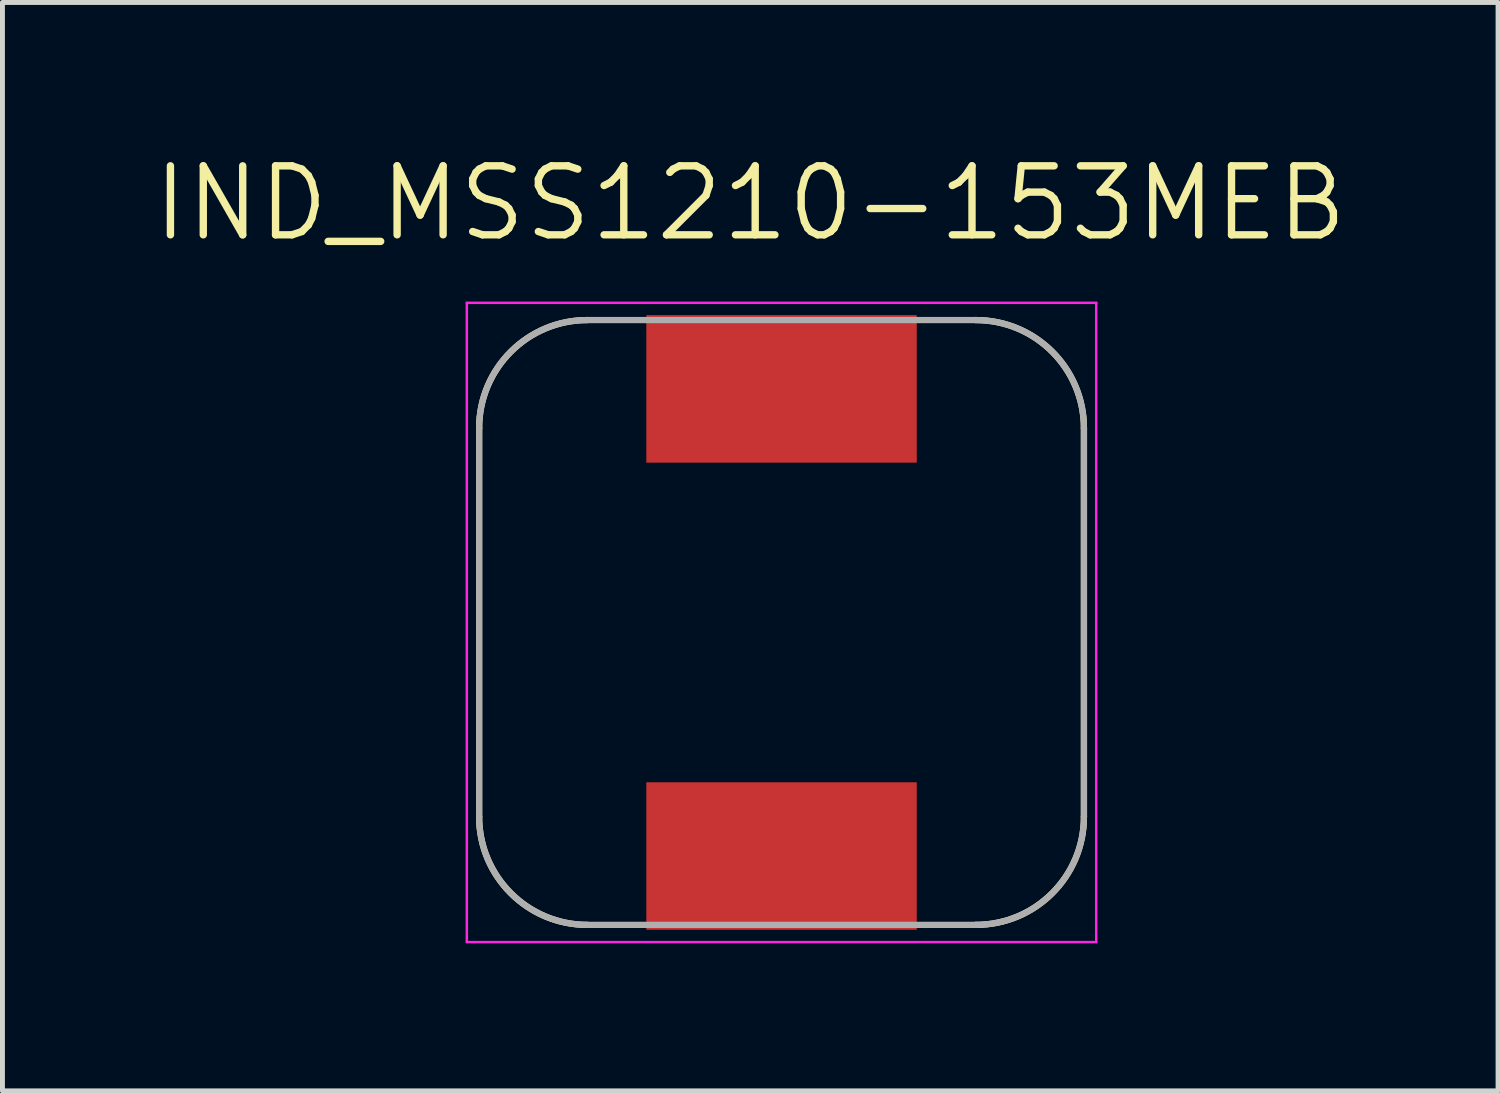
<source format=kicad_pcb>
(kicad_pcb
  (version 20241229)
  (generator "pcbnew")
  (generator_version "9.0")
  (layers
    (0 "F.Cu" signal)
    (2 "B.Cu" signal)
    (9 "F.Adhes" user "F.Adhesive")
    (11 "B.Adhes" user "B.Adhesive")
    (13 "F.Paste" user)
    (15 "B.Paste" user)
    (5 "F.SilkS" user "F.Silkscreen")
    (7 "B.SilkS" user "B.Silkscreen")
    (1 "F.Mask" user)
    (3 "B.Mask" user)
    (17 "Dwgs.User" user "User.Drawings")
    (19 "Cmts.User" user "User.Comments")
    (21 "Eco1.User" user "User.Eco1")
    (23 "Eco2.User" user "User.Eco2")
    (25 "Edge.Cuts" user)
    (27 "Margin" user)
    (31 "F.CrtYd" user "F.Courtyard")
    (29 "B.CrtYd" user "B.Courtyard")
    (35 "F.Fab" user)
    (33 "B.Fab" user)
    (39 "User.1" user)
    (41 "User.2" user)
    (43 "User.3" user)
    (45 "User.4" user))
  (footprint "IND_MSS1210-153MEB"
    (layer "F.Cu")
    (at 12.844 9.609)
    (property "Reference" "IND_MSS1210-153MEB" (at -0.636 -8.525 0) (layer "F.SilkS") (effects (font (size 1.403 1.403) (thickness 0.15))))
    (attr smd)
    (fp_line (start -6.15 3.95) (end -6.15 -3.95) (stroke (width 0.127) (type solid)) (layer "F.SilkS"))
    (fp_line (start 6.15 -3.95) (end 6.15 3.95) (stroke (width 0.127) (type solid)) (layer "F.SilkS"))
    (fp_arc (start -6.15 -3.95) (mid -5.505635 -5.505635) (end -3.95 -6.15) (stroke (width 0.127) (type solid)) (layer "F.SilkS"))
    (fp_arc (start -3.95 6.15) (mid -5.505635 5.505635) (end -6.15 3.95) (stroke (width 0.127) (type solid)) (layer "F.SilkS"))
    (fp_arc (start 3.95 -6.15) (mid 5.505635 -5.505635) (end 6.15 -3.95) (stroke (width 0.127) (type solid)) (layer "F.SilkS"))
    (fp_arc (start 6.15 3.95) (mid 5.505635 5.505635) (end 3.95 6.15) (stroke (width 0.127) (type solid)) (layer "F.SilkS"))
    (fp_line (start -6.4 -6.5) (end -6.4 6.5) (stroke (width 0.05) (type solid)) (layer "F.CrtYd"))
    (fp_line (start -6.4 6.5) (end 6.4 6.5) (stroke (width 0.05) (type solid)) (layer "F.CrtYd"))
    (fp_line (start 6.4 -6.5) (end -6.4 -6.5) (stroke (width 0.05) (type solid)) (layer "F.CrtYd"))
    (fp_line (start 6.4 6.5) (end 6.4 -6.5) (stroke (width 0.05) (type solid)) (layer "F.CrtYd"))
    (fp_line (start -6.15 3.95) (end -6.15 -3.95) (stroke (width 0.127) (type solid)) (layer "F.Fab"))
    (fp_line (start -3.95 -6.15) (end 3.95 -6.15) (stroke (width 0.127) (type solid)) (layer "F.Fab"))
    (fp_line (start 3.95 6.15) (end -3.95 6.15) (stroke (width 0.127) (type solid)) (layer "F.Fab"))
    (fp_line (start 6.15 -3.95) (end 6.15 3.95) (stroke (width 0.127) (type solid)) (layer "F.Fab"))
    (fp_arc (start -6.15 -3.95) (mid -5.505635 -5.505635) (end -3.95 -6.15) (stroke (width 0.127) (type solid)) (layer "F.Fab"))
    (fp_arc (start -3.95 6.15) (mid -5.505635 5.505635) (end -6.15 3.95) (stroke (width 0.127) (type solid)) (layer "F.Fab"))
    (fp_arc (start 3.95 -6.15) (mid 5.505635 -5.505635) (end 6.15 -3.95) (stroke (width 0.127) (type solid)) (layer "F.Fab"))
    (fp_arc (start 6.15 3.95) (mid 5.505635 5.505635) (end 3.95 6.15) (stroke (width 0.127) (type solid)) (layer "F.Fab"))
    (pad "1" smd rect (at 0 -4.75) (size 5.5 3) (layers "F.Cu" "F.Mask" "F.Paste"))
    (pad "2" smd rect (at 0 4.75) (size 5.5 3) (layers "F.Cu" "F.Mask" "F.Paste")))
  (gr_rect
    (start -3 -3)
    (end 27.416 19.134)
    (stroke (width 0.1) (type default))
    (fill no)
    (layer "Edge.Cuts")))
</source>
